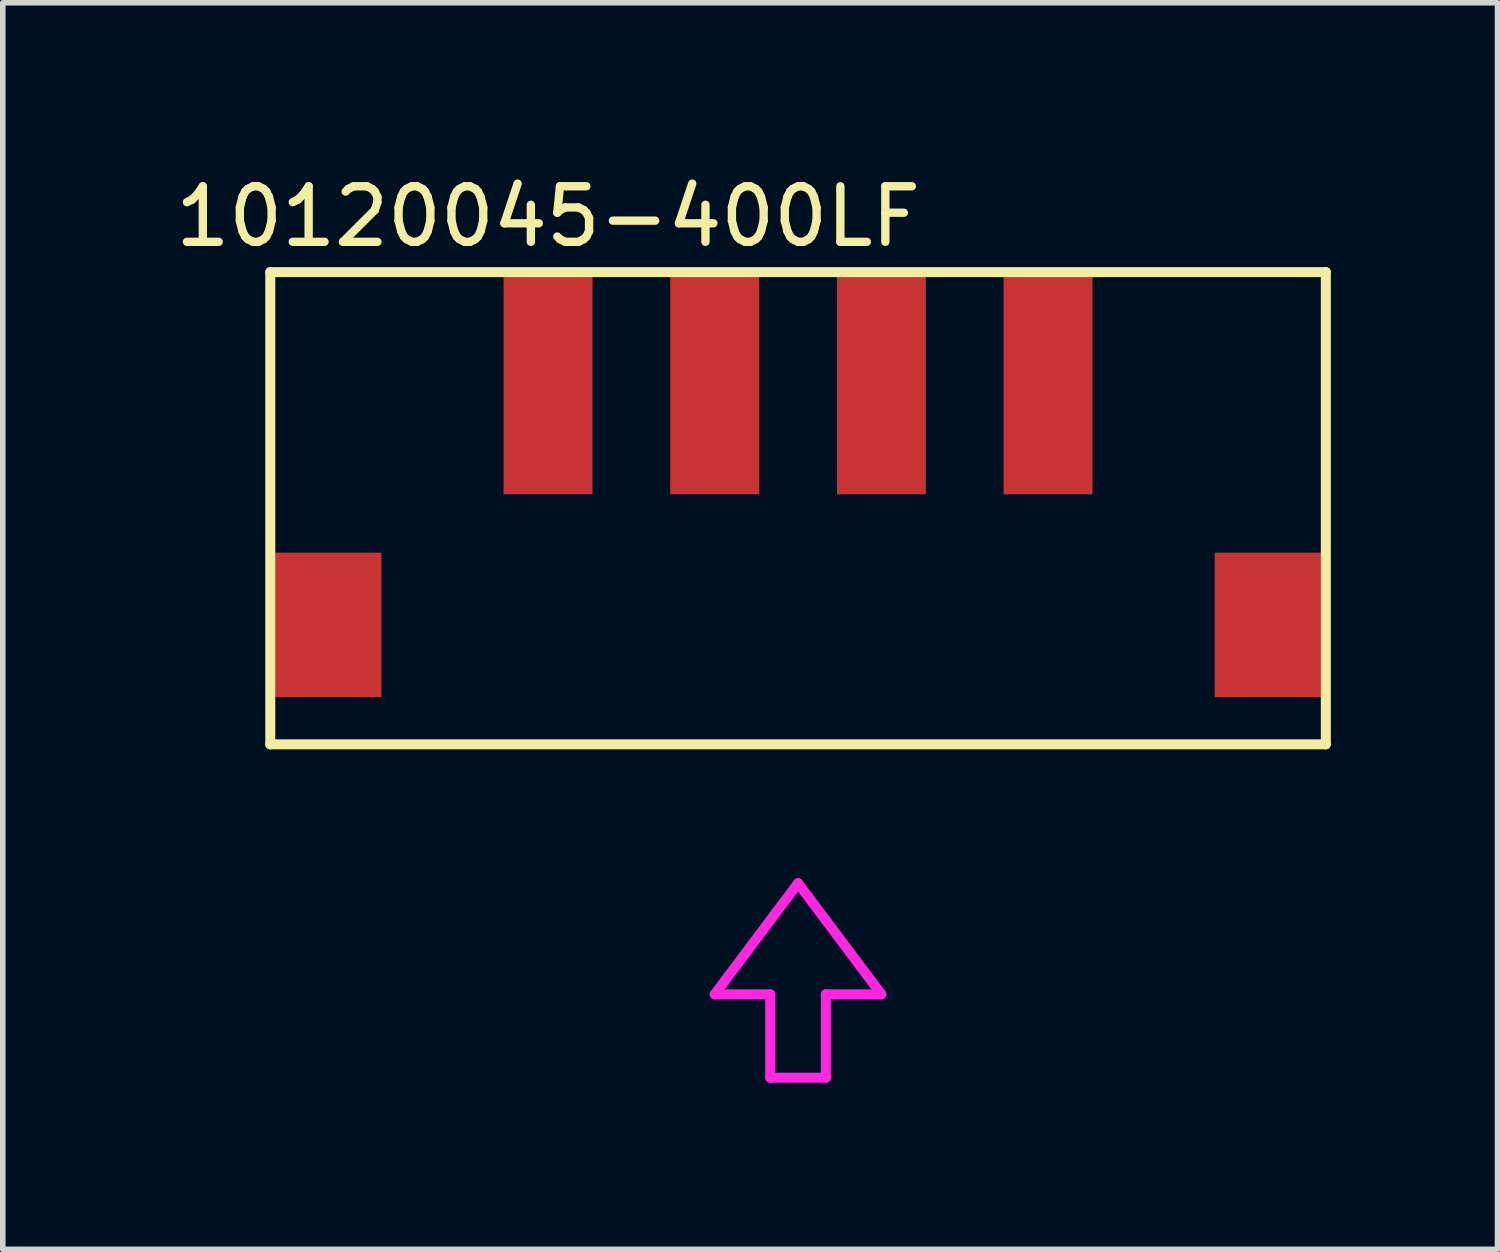
<source format=kicad_pcb>
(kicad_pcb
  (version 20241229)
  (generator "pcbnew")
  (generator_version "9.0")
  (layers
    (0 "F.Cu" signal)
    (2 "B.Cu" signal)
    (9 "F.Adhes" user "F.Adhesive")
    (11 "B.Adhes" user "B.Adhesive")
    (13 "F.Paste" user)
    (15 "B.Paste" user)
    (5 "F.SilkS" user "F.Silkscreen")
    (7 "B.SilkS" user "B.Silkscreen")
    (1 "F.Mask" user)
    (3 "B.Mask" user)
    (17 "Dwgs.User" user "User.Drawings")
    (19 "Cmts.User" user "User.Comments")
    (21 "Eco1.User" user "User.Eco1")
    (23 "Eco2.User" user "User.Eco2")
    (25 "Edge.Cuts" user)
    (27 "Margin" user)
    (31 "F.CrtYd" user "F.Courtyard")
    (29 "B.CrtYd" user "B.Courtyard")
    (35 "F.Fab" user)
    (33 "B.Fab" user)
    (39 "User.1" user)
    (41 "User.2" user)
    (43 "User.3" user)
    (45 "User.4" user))
  (footprint "10120045-400LF"
    (layer "F.Cu")
    (at 11.315 10.348)
    (property "Reference" "10120045-400LF" (at -4.5 -9.5 0) (layer "F.SilkS") (effects (font (size 1 1) (thickness 0.15))))
    (attr through_hole)
    (fp_line (start -9.5 -8.5) (end -9.5 0) (stroke (width 0.18) (type solid)) (layer "F.SilkS"))
    (fp_line (start -9.5 0) (end 9.5 0) (stroke (width 0.18) (type solid)) (layer "F.SilkS"))
    (fp_line (start 9.5 -8.5) (end -9.5 -8.5) (stroke (width 0.18) (type solid)) (layer "F.SilkS"))
    (fp_line (start 9.5 0) (end 9.5 -8.5) (stroke (width 0.18) (type solid)) (layer "F.SilkS"))
    (fp_line (start -1.5 4.5) (end -0.5 4.5) (stroke (width 0.18) (type solid)) (layer "F.CrtYd"))
    (fp_line (start -0.5 4.5) (end -0.5 6) (stroke (width 0.18) (type solid)) (layer "F.CrtYd"))
    (fp_line (start -0.5 6) (end 0.5 6) (stroke (width 0.18) (type solid)) (layer "F.CrtYd"))
    (fp_line (start 0 2.5) (end -1.5 4.5) (stroke (width 0.18) (type solid)) (layer "F.CrtYd"))
    (fp_line (start 0.5 4.5) (end 1.5 4.5) (stroke (width 0.18) (type solid)) (layer "F.CrtYd"))
    (fp_line (start 0.5 6) (end 0.5 4.5) (stroke (width 0.18) (type solid)) (layer "F.CrtYd"))
    (fp_line (start 1.5 4.5) (end 0 2.5) (stroke (width 0.18) (type solid)) (layer "F.CrtYd"))
    (pad "1" smd rect (at -4.5 -6.5) (size 1.6 4) (layers "F.Cu" "F.Mask" "F.Paste"))
    (pad "2" smd rect (at -1.5 -6.5) (size 1.6 4) (layers "F.Cu" "F.Mask" "F.Paste"))
    (pad "3" smd rect (at 1.5 -6.5) (size 1.6 4) (layers "F.Cu" "F.Mask" "F.Paste"))
    (pad "4" smd rect (at 4.5 -6.5) (size 1.6 4) (layers "F.Cu" "F.Mask" "F.Paste"))
    (pad "5" smd rect (at 8.5 -2.15) (size 2 2.6) (layers "F.Cu" "F.Mask" "F.Paste"))
    (pad "6" smd rect (at -8.5 -2.15) (size 2 2.6) (layers "F.Cu" "F.Mask" "F.Paste")))
  (gr_rect
    (start -3 -3)
    (end 23.905 19.438)
    (stroke (width 0.1) (type default))
    (fill no)
    (layer "Edge.Cuts")))
</source>
